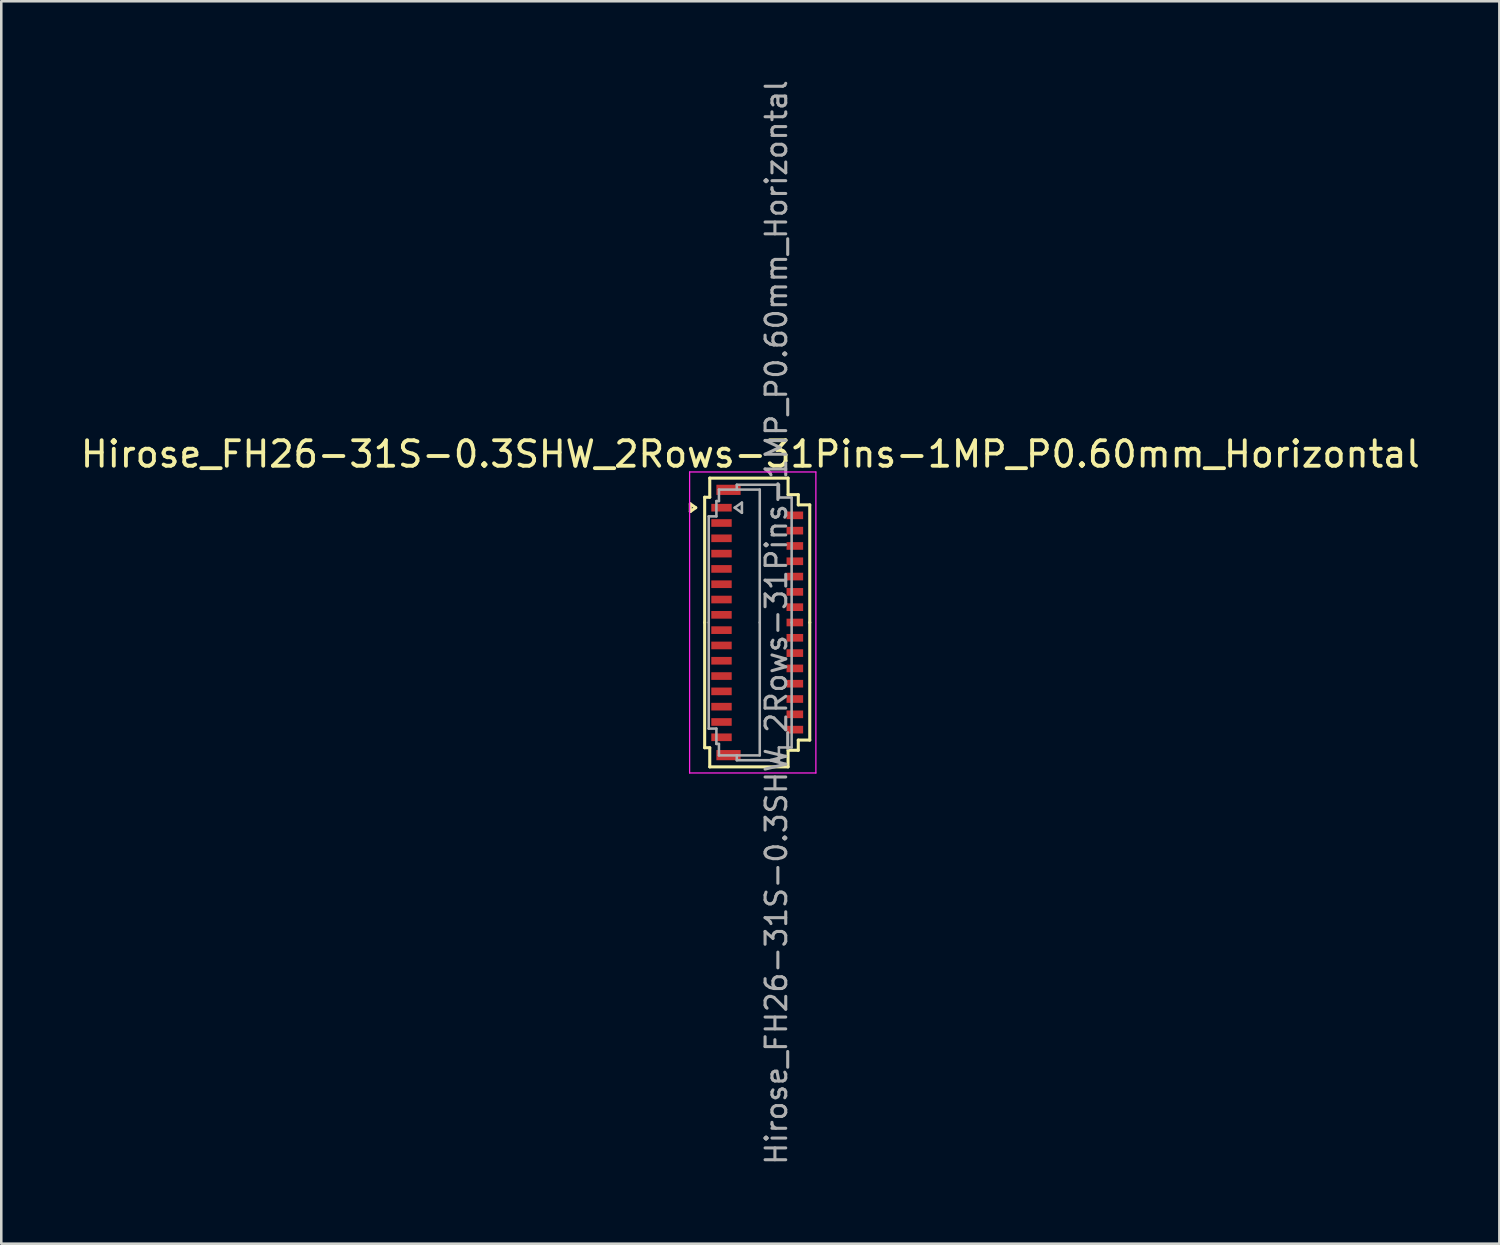
<source format=kicad_pcb>
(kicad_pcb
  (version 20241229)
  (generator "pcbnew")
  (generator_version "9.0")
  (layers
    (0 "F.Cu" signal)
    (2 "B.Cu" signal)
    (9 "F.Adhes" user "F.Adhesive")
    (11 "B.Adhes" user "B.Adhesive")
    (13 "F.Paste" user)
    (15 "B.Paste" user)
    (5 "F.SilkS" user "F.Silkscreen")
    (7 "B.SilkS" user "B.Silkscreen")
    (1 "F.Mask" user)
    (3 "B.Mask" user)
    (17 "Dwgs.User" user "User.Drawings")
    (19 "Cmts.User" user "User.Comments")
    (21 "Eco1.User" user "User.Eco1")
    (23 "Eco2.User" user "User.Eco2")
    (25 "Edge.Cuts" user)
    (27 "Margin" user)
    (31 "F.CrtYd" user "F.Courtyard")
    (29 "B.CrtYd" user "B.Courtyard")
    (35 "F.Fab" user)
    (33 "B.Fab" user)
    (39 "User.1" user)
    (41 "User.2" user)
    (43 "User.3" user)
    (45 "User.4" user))
  (footprint "Hirose_FH26-31S-0.3SHW_2Rows-31Pins-1MP_P0.60mm_Horizontal"
    (layer "F.Cu")
    (at 26.633 21.352)
    (property "Reference" "Hirose_FH26-31S-0.3SHW_2Rows-31Pins-1MP_P0.60mm_Horizontal" (at -0.27 -6.6 0) (layer "F.SilkS") (effects (font (size 1 1) (thickness 0.15))))
    (attr smd)
    (fp_line (start -2.622 -4.65) (end -2.41 -4.5) (stroke (width 0.12) (type solid)) (layer "F.SilkS"))
    (fp_line (start -2.622 -4.35) (end -2.622 -4.65) (stroke (width 0.12) (type solid)) (layer "F.SilkS"))
    (fp_line (start -2.41 -4.5) (end -2.622 -4.35) (stroke (width 0.12) (type solid)) (layer "F.SilkS"))
    (fp_line (start -2.06 -4.91) (end -2.06 0) (stroke (width 0.12) (type solid)) (layer "F.SilkS"))
    (fp_line (start -2.06 4.91) (end -2.06 0) (stroke (width 0.12) (type solid)) (layer "F.SilkS"))
    (fp_line (start -1.86 -5.66) (end -1.86 -4.91) (stroke (width 0.12) (type solid)) (layer "F.SilkS"))
    (fp_line (start -1.86 -4.91) (end -2.06 -4.91) (stroke (width 0.12) (type solid)) (layer "F.SilkS"))
    (fp_line (start -1.86 4.91) (end -2.06 4.91) (stroke (width 0.12) (type solid)) (layer "F.SilkS"))
    (fp_line (start -1.86 5.66) (end -1.86 4.91) (stroke (width 0.12) (type solid)) (layer "F.SilkS"))
    (fp_line (start 1.21 -5.66) (end -1.86 -5.66) (stroke (width 0.12) (type solid)) (layer "F.SilkS"))
    (fp_line (start 1.21 -5.01) (end 1.21 -5.66) (stroke (width 0.12) (type solid)) (layer "F.SilkS"))
    (fp_line (start 1.21 5.01) (end 1.21 5.66) (stroke (width 0.12) (type solid)) (layer "F.SilkS"))
    (fp_line (start 1.21 5.66) (end -1.86 5.66) (stroke (width 0.12) (type solid)) (layer "F.SilkS"))
    (fp_line (start 1.61 -5.01) (end 1.21 -5.01) (stroke (width 0.12) (type solid)) (layer "F.SilkS"))
    (fp_line (start 1.61 -4.61) (end 1.61 -5.01) (stroke (width 0.12) (type solid)) (layer "F.SilkS"))
    (fp_line (start 1.61 4.61) (end 1.61 5.01) (stroke (width 0.12) (type solid)) (layer "F.SilkS"))
    (fp_line (start 1.61 5.01) (end 1.21 5.01) (stroke (width 0.12) (type solid)) (layer "F.SilkS"))
    (fp_line (start 2.06 -4.61) (end 1.61 -4.61) (stroke (width 0.12) (type solid)) (layer "F.SilkS"))
    (fp_line (start 2.06 0) (end 2.06 -4.61) (stroke (width 0.12) (type solid)) (layer "F.SilkS"))
    (fp_line (start 2.06 0) (end 2.06 4.61) (stroke (width 0.12) (type solid)) (layer "F.SilkS"))
    (fp_line (start 2.06 4.61) (end 1.61 4.61) (stroke (width 0.12) (type solid)) (layer "F.SilkS"))
    (fp_line (start -2.65 -5.9) (end -2.65 5.9) (stroke (width 0.05) (type solid)) (layer "F.CrtYd"))
    (fp_line (start -2.65 5.9) (end 2.3 5.9) (stroke (width 0.05) (type solid)) (layer "F.CrtYd"))
    (fp_line (start 2.3 -5.9) (end -2.65 -5.9) (stroke (width 0.05) (type solid)) (layer "F.CrtYd"))
    (fp_line (start 2.3 5.9) (end 2.3 -5.9) (stroke (width 0.05) (type solid)) (layer "F.CrtYd"))
    (fp_line (start -1.9 -4.16) (end -1.6 -4.16) (stroke (width 0.1) (type solid)) (layer "F.Fab"))
    (fp_line (start -1.9 0) (end -1.9 -4.16) (stroke (width 0.1) (type solid)) (layer "F.Fab"))
    (fp_line (start -1.9 0) (end -1.9 4.16) (stroke (width 0.1) (type solid)) (layer "F.Fab"))
    (fp_line (start -1.9 4.16) (end -1.6 4.16) (stroke (width 0.1) (type solid)) (layer "F.Fab"))
    (fp_line (start -1.6 -4.76) (end -1.5 -4.76) (stroke (width 0.1) (type solid)) (layer "F.Fab"))
    (fp_line (start -1.6 -4.16) (end -1.6 -4.76) (stroke (width 0.1) (type solid)) (layer "F.Fab"))
    (fp_line (start -1.6 4.16) (end -1.6 4.76) (stroke (width 0.1) (type solid)) (layer "F.Fab"))
    (fp_line (start -1.6 4.76) (end -1.5 4.76) (stroke (width 0.1) (type solid)) (layer "F.Fab"))
    (fp_line (start -1.5 -5.21) (end -0.8 -5.21) (stroke (width 0.1) (type solid)) (layer "F.Fab"))
    (fp_line (start -1.5 -4.76) (end -1.5 -5.21) (stroke (width 0.1) (type solid)) (layer "F.Fab"))
    (fp_line (start -1.5 4.76) (end -1.5 5.21) (stroke (width 0.1) (type solid)) (layer "F.Fab"))
    (fp_line (start -1.5 5.21) (end -0.8 5.21) (stroke (width 0.1) (type solid)) (layer "F.Fab"))
    (fp_line (start -0.883 -4.5) (end -0.6 -4.3) (stroke (width 0.1) (type solid)) (layer "F.Fab"))
    (fp_line (start -0.8 -5.4) (end 0.85 -5.4) (stroke (width 0.1) (type solid)) (layer "F.Fab"))
    (fp_line (start -0.8 -5.21) (end -0.8 -5.4) (stroke (width 0.1) (type solid)) (layer "F.Fab"))
    (fp_line (start -0.8 5.21) (end -0.8 5.4) (stroke (width 0.1) (type solid)) (layer "F.Fab"))
    (fp_line (start -0.8 5.4) (end 0.85 5.4) (stroke (width 0.1) (type solid)) (layer "F.Fab"))
    (fp_line (start -0.6 -4.7) (end -0.883 -4.5) (stroke (width 0.1) (type solid)) (layer "F.Fab"))
    (fp_line (start -0.6 -4.3) (end -0.6 -4.7) (stroke (width 0.1) (type solid)) (layer "F.Fab"))
    (fp_line (start 0.1 -5.21) (end -0.8 -5.21) (stroke (width 0.1) (type solid)) (layer "F.Fab"))
    (fp_line (start 0.1 0) (end 0.1 -5.21) (stroke (width 0.1) (type solid)) (layer "F.Fab"))
    (fp_line (start 0.1 0) (end 0.1 5.21) (stroke (width 0.1) (type solid)) (layer "F.Fab"))
    (fp_line (start 0.1 5.21) (end -0.8 5.21) (stroke (width 0.1) (type solid)) (layer "F.Fab"))
    (fp_line (start 0.85 -5.4) (end 0.85 -4.9) (stroke (width 0.1) (type solid)) (layer "F.Fab"))
    (fp_line (start 0.85 -4.9) (end 1.35 -4.9) (stroke (width 0.1) (type solid)) (layer "F.Fab"))
    (fp_line (start 0.85 4.9) (end 1.35 4.9) (stroke (width 0.1) (type solid)) (layer "F.Fab"))
    (fp_line (start 0.85 5.4) (end 0.85 4.9) (stroke (width 0.1) (type solid)) (layer "F.Fab"))
    (fp_line (start 1.35 -4.9) (end 1.35 0) (stroke (width 0.1) (type solid)) (layer "F.Fab"))
    (fp_line (start 1.35 4.9) (end 1.35 0) (stroke (width 0.1) (type solid)) (layer "F.Fab"))
    (fp_text user "${REFERENCE}" (at 0.75 0 90) (layer "F.Fab") (effects (font (size 0.81 0.81) (thickness 0.12))))
    (pad "1" smd rect (at -1.4 -4.5) (size 0.8 0.3) (layers "F.Cu" "F.Mask" "F.Paste"))
    (pad "2" smd rect (at 1.475 -4.2) (size 0.65 0.3) (layers "F.Cu" "F.Mask" "F.Paste"))
    (pad "3" smd rect (at -1.4 -3.9) (size 0.8 0.3) (layers "F.Cu" "F.Mask" "F.Paste"))
    (pad "4" smd rect (at 1.475 -3.6) (size 0.65 0.3) (layers "F.Cu" "F.Mask" "F.Paste"))
    (pad "5" smd rect (at -1.4 -3.3) (size 0.8 0.3) (layers "F.Cu" "F.Mask" "F.Paste"))
    (pad "6" smd rect (at 1.475 -3) (size 0.65 0.3) (layers "F.Cu" "F.Mask" "F.Paste"))
    (pad "7" smd rect (at -1.4 -2.7) (size 0.8 0.3) (layers "F.Cu" "F.Mask" "F.Paste"))
    (pad "8" smd rect (at 1.475 -2.4) (size 0.65 0.3) (layers "F.Cu" "F.Mask" "F.Paste"))
    (pad "9" smd rect (at -1.4 -2.1) (size 0.8 0.3) (layers "F.Cu" "F.Mask" "F.Paste"))
    (pad "10" smd rect (at 1.475 -1.8) (size 0.65 0.3) (layers "F.Cu" "F.Mask" "F.Paste"))
    (pad "11" smd rect (at -1.4 -1.5) (size 0.8 0.3) (layers "F.Cu" "F.Mask" "F.Paste"))
    (pad "12" smd rect (at 1.475 -1.2) (size 0.65 0.3) (layers "F.Cu" "F.Mask" "F.Paste"))
    (pad "13" smd rect (at -1.4 -0.9) (size 0.8 0.3) (layers "F.Cu" "F.Mask" "F.Paste"))
    (pad "14" smd rect (at 1.475 -0.6) (size 0.65 0.3) (layers "F.Cu" "F.Mask" "F.Paste"))
    (pad "15" smd rect (at -1.4 -0.3) (size 0.8 0.3) (layers "F.Cu" "F.Mask" "F.Paste"))
    (pad "16" smd rect (at 1.475 0) (size 0.65 0.3) (layers "F.Cu" "F.Mask" "F.Paste"))
    (pad "17" smd rect (at -1.4 0.3) (size 0.8 0.3) (layers "F.Cu" "F.Mask" "F.Paste"))
    (pad "18" smd rect (at 1.475 0.6) (size 0.65 0.3) (layers "F.Cu" "F.Mask" "F.Paste"))
    (pad "19" smd rect (at -1.4 0.9) (size 0.8 0.3) (layers "F.Cu" "F.Mask" "F.Paste"))
    (pad "20" smd rect (at 1.475 1.2) (size 0.65 0.3) (layers "F.Cu" "F.Mask" "F.Paste"))
    (pad "21" smd rect (at -1.4 1.5) (size 0.8 0.3) (layers "F.Cu" "F.Mask" "F.Paste"))
    (pad "22" smd rect (at 1.475 1.8) (size 0.65 0.3) (layers "F.Cu" "F.Mask" "F.Paste"))
    (pad "23" smd rect (at -1.4 2.1) (size 0.8 0.3) (layers "F.Cu" "F.Mask" "F.Paste"))
    (pad "24" smd rect (at 1.475 2.4) (size 0.65 0.3) (layers "F.Cu" "F.Mask" "F.Paste"))
    (pad "25" smd rect (at -1.4 2.7) (size 0.8 0.3) (layers "F.Cu" "F.Mask" "F.Paste"))
    (pad "26" smd rect (at 1.475 3) (size 0.65 0.3) (layers "F.Cu" "F.Mask" "F.Paste"))
    (pad "27" smd rect (at -1.4 3.3) (size 0.8 0.3) (layers "F.Cu" "F.Mask" "F.Paste"))
    (pad "28" smd rect (at 1.475 3.6) (size 0.65 0.3) (layers "F.Cu" "F.Mask" "F.Paste"))
    (pad "29" smd rect (at -1.4 3.9) (size 0.8 0.3) (layers "F.Cu" "F.Mask" "F.Paste"))
    (pad "30" smd rect (at 1.475 4.2) (size 0.65 0.3) (layers "F.Cu" "F.Mask" "F.Paste"))
    (pad "31" smd rect (at -1.4 4.5) (size 0.8 0.3) (layers "F.Cu" "F.Mask" "F.Paste"))
    (pad "MP" smd rect (at -1.125 -5.2) (size 0.95 0.4) (layers "F.Cu" "F.Mask" "F.Paste"))
    (pad "MP" smd rect (at -1.125 5.2) (size 0.95 0.4) (layers "F.Cu" "F.Mask" "F.Paste")))
  (gr_rect
    (start -3 -3)
    (end 55.726 45.704)
    (stroke (width 0.1) (type default))
    (fill no)
    (layer "Edge.Cuts")))
</source>
